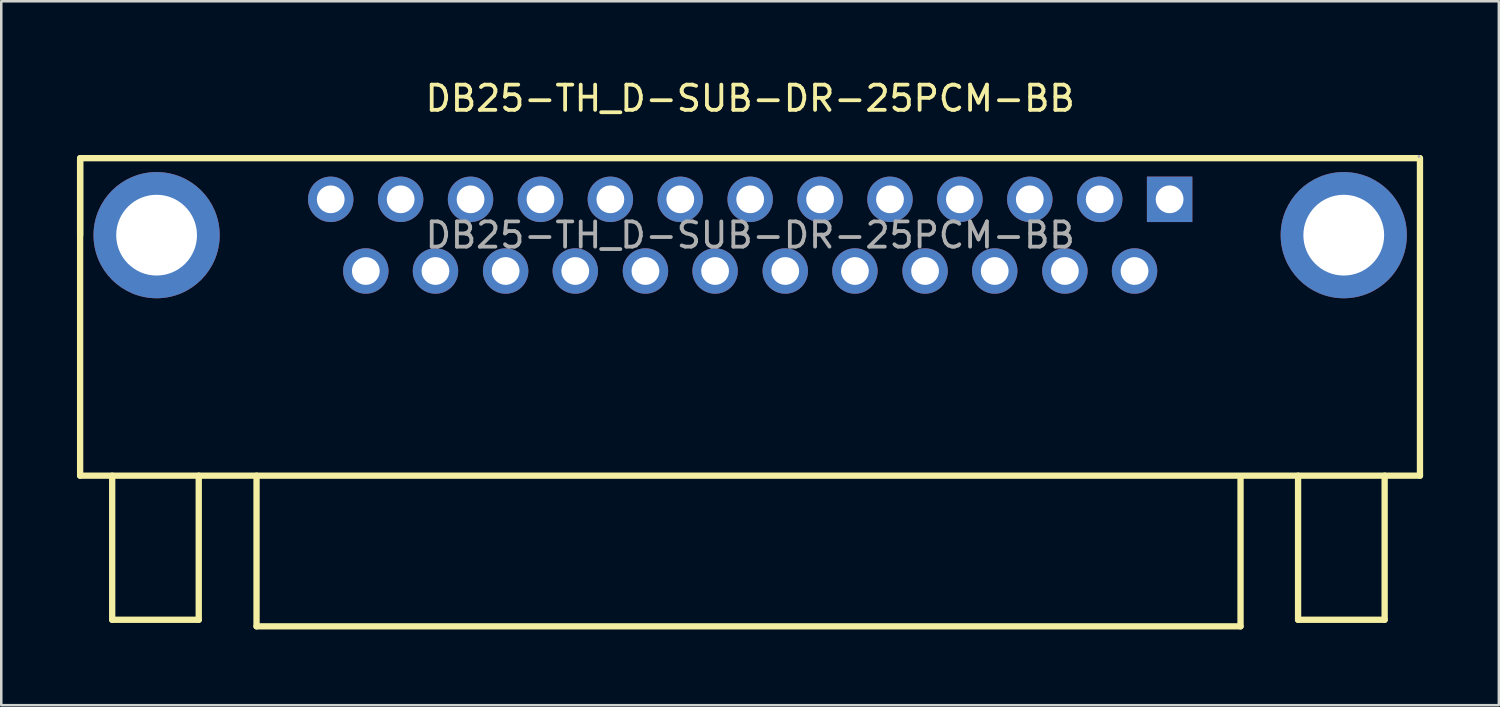
<source format=kicad_pcb>
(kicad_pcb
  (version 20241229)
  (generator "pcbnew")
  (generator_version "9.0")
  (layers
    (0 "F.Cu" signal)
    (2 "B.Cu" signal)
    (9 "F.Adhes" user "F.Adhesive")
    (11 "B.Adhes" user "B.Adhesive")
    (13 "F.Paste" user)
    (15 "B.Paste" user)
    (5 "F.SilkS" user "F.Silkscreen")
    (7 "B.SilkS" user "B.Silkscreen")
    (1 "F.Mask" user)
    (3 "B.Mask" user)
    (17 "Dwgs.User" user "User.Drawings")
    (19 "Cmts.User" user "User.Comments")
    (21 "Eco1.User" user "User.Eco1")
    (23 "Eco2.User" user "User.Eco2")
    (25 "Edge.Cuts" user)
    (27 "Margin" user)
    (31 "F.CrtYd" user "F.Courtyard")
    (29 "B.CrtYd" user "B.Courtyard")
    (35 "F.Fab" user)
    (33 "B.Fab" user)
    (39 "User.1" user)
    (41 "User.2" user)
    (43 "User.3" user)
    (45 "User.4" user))
  (footprint "DB25-TH_D-SUB-DR-25PCM-BB"
    (layer "F.Cu")
    (at 26.675 6.268)
    (property "Reference" "DB25-TH_D-SUB-DR-25PCM-BB" (at 0 -5.42 0) (layer "F.SilkS") (effects (font (size 1 1) (thickness 0.15))))
    (attr through_hole)
    (fp_line (start -26.55 -3.05) (end 26.53 -3.05) (stroke (width 0.25) (type solid)) (layer "F.SilkS"))
    (fp_line (start -26.55 0) (end -26.55 -3.05) (stroke (width 0.25) (type solid)) (layer "F.SilkS"))
    (fp_line (start -26.55 9.53) (end -26.55 -2.92) (stroke (width 0.25) (type solid)) (layer "F.SilkS"))
    (fp_line (start -25.28 9.53) (end -25.28 15.24) (stroke (width 0.25) (type solid)) (layer "F.SilkS"))
    (fp_line (start -25.28 15.24) (end -21.85 15.24) (stroke (width 0.25) (type solid)) (layer "F.SilkS"))
    (fp_line (start -21.85 15.24) (end -21.85 9.53) (stroke (width 0.25) (type solid)) (layer "F.SilkS"))
    (fp_line (start -19.56 9.53) (end -19.56 15.5) (stroke (width 0.25) (type solid)) (layer "F.SilkS"))
    (fp_line (start -19.56 15.5) (end 19.43 15.5) (stroke (width 0.25) (type solid)) (layer "F.SilkS"))
    (fp_line (start 19.43 15.5) (end 19.43 9.66) (stroke (width 0.25) (type solid)) (layer "F.SilkS"))
    (fp_line (start 21.71 15.24) (end 21.71 9.53) (stroke (width 0.25) (type solid)) (layer "F.SilkS"))
    (fp_line (start 25.14 9.53) (end 25.14 15.24) (stroke (width 0.25) (type solid)) (layer "F.SilkS"))
    (fp_line (start 25.14 15.24) (end 21.71 15.24) (stroke (width 0.25) (type solid)) (layer "F.SilkS"))
    (fp_line (start 26.54 -3.05) (end 26.54 9.53) (stroke (width 0.25) (type solid)) (layer "F.SilkS"))
    (fp_line (start 26.54 9.53) (end -26.55 9.53) (stroke (width 0.25) (type solid)) (layer "F.SilkS"))
    (fp_circle (center -16.62 -1.42) (end -16.46 -1.42) (stroke (width 0.32) (type solid)) (fill no) (layer "F.Fab"))
    (fp_circle (center -15.23 1.42) (end -15.07 1.42) (stroke (width 0.32) (type solid)) (fill no) (layer "F.Fab"))
    (fp_circle (center -13.85 -1.42) (end -13.69 -1.42) (stroke (width 0.32) (type solid)) (fill no) (layer "F.Fab"))
    (fp_circle (center -12.47 1.42) (end -12.31 1.42) (stroke (width 0.32) (type solid)) (fill no) (layer "F.Fab"))
    (fp_circle (center -11.08 -1.42) (end -10.92 -1.42) (stroke (width 0.32) (type solid)) (fill no) (layer "F.Fab"))
    (fp_circle (center -9.69 1.42) (end -9.53 1.42) (stroke (width 0.32) (type solid)) (fill no) (layer "F.Fab"))
    (fp_circle (center -8.31 -1.42) (end -8.15 -1.42) (stroke (width 0.32) (type solid)) (fill no) (layer "F.Fab"))
    (fp_circle (center -6.93 1.42) (end -6.77 1.42) (stroke (width 0.32) (type solid)) (fill no) (layer "F.Fab"))
    (fp_circle (center -5.54 -1.42) (end -5.38 -1.42) (stroke (width 0.32) (type solid)) (fill no) (layer "F.Fab"))
    (fp_circle (center -4.15 1.42) (end -3.99 1.42) (stroke (width 0.32) (type solid)) (fill no) (layer "F.Fab"))
    (fp_circle (center -2.77 -1.42) (end -2.61 -1.42) (stroke (width 0.32) (type solid)) (fill no) (layer "F.Fab"))
    (fp_circle (center -1.39 1.42) (end -1.23 1.42) (stroke (width 0.32) (type solid)) (fill no) (layer "F.Fab"))
    (fp_circle (center 0 -1.42) (end 0.16 -1.42) (stroke (width 0.32) (type solid)) (fill no) (layer "F.Fab"))
    (fp_circle (center 1.39 1.42) (end 1.55 1.42) (stroke (width 0.32) (type solid)) (fill no) (layer "F.Fab"))
    (fp_circle (center 2.77 -1.42) (end 2.93 -1.42) (stroke (width 0.32) (type solid)) (fill no) (layer "F.Fab"))
    (fp_circle (center 4.15 1.42) (end 4.31 1.42) (stroke (width 0.32) (type solid)) (fill no) (layer "F.Fab"))
    (fp_circle (center 5.54 -1.42) (end 5.7 -1.42) (stroke (width 0.32) (type solid)) (fill no) (layer "F.Fab"))
    (fp_circle (center 6.93 1.42) (end 7.09 1.42) (stroke (width 0.32) (type solid)) (fill no) (layer "F.Fab"))
    (fp_circle (center 8.31 -1.42) (end 8.47 -1.42) (stroke (width 0.32) (type solid)) (fill no) (layer "F.Fab"))
    (fp_circle (center 9.69 1.42) (end 9.85 1.42) (stroke (width 0.32) (type solid)) (fill no) (layer "F.Fab"))
    (fp_circle (center 11.08 -1.42) (end 11.24 -1.42) (stroke (width 0.32) (type solid)) (fill no) (layer "F.Fab"))
    (fp_circle (center 12.47 1.42) (end 12.63 1.42) (stroke (width 0.32) (type solid)) (fill no) (layer "F.Fab"))
    (fp_circle (center 13.85 -1.42) (end 14.01 -1.42) (stroke (width 0.32) (type solid)) (fill no) (layer "F.Fab"))
    (fp_circle (center 15.23 1.42) (end 15.39 1.42) (stroke (width 0.32) (type solid)) (fill no) (layer "F.Fab"))
    (fp_circle (center 16.62 -1.42) (end 16.78 -1.42) (stroke (width 0.32) (type solid)) (fill no) (layer "F.Fab"))
    (fp_circle (center 26.5 -3.12) (end 26.53 -3.12) (stroke (width 0.06) (type solid)) (fill no) (layer "F.Fab"))
    (fp_text user "${REFERENCE}" (at 0 0 0) (layer "F.Fab") (effects (font (size 1 1) (thickness 0.15))))
    (pad "1" thru_hole rect (at 16.62 -1.42) (size 1.8 1.8) (drill 1.1) (layers "*.Cu" "*.Mask"))
    (pad "2" thru_hole circle (at 13.85 -1.42) (size 1.8 1.8) (drill 1.1) (layers "*.Cu" "*.Mask"))
    (pad "3" thru_hole circle (at 11.08 -1.42) (size 1.8 1.8) (drill 1.1) (layers "*.Cu" "*.Mask"))
    (pad "4" thru_hole circle (at 8.31 -1.42) (size 1.8 1.8) (drill 1.1) (layers "*.Cu" "*.Mask"))
    (pad "5" thru_hole circle (at 5.54 -1.42) (size 1.8 1.8) (drill 1.1) (layers "*.Cu" "*.Mask"))
    (pad "6" thru_hole circle (at 2.77 -1.42) (size 1.8 1.8) (drill 1.1) (layers "*.Cu" "*.Mask"))
    (pad "7" thru_hole circle (at 0 -1.42) (size 1.8 1.8) (drill 1.1) (layers "*.Cu" "*.Mask"))
    (pad "8" thru_hole circle (at -2.77 -1.42) (size 1.8 1.8) (drill 1.1) (layers "*.Cu" "*.Mask"))
    (pad "9" thru_hole circle (at -5.54 -1.42) (size 1.8 1.8) (drill 1.1) (layers "*.Cu" "*.Mask"))
    (pad "10" thru_hole circle (at -8.31 -1.42) (size 1.8 1.8) (drill 1.1) (layers "*.Cu" "*.Mask"))
    (pad "11" thru_hole circle (at -11.08 -1.42) (size 1.8 1.8) (drill 1.1) (layers "*.Cu" "*.Mask"))
    (pad "12" thru_hole circle (at -13.85 -1.42) (size 1.8 1.8) (drill 1.1) (layers "*.Cu" "*.Mask"))
    (pad "13" thru_hole circle (at -16.62 -1.42) (size 1.8 1.8) (drill 1.1) (layers "*.Cu" "*.Mask"))
    (pad "14" thru_hole circle (at 15.23 1.42) (size 1.8 1.8) (drill 1.1) (layers "*.Cu" "*.Mask"))
    (pad "15" thru_hole circle (at 12.47 1.42) (size 1.8 1.8) (drill 1.1) (layers "*.Cu" "*.Mask"))
    (pad "16" thru_hole circle (at 9.69 1.42) (size 1.8 1.8) (drill 1.1) (layers "*.Cu" "*.Mask"))
    (pad "17" thru_hole circle (at 6.93 1.42) (size 1.8 1.8) (drill 1.1) (layers "*.Cu" "*.Mask"))
    (pad "18" thru_hole circle (at 4.15 1.42) (size 1.8 1.8) (drill 1.1) (layers "*.Cu" "*.Mask"))
    (pad "19" thru_hole circle (at 1.39 1.42) (size 1.8 1.8) (drill 1.1) (layers "*.Cu" "*.Mask"))
    (pad "20" thru_hole circle (at -1.39 1.42) (size 1.8 1.8) (drill 1.1) (layers "*.Cu" "*.Mask"))
    (pad "21" thru_hole circle (at -4.15 1.42) (size 1.8 1.8) (drill 1.1) (layers "*.Cu" "*.Mask"))
    (pad "22" thru_hole circle (at -6.93 1.42) (size 1.8 1.8) (drill 1.1) (layers "*.Cu" "*.Mask"))
    (pad "23" thru_hole circle (at -9.69 1.42) (size 1.8 1.8) (drill 1.1) (layers "*.Cu" "*.Mask"))
    (pad "24" thru_hole circle (at -12.47 1.42) (size 1.8 1.8) (drill 1.1) (layers "*.Cu" "*.Mask"))
    (pad "25" thru_hole circle (at -15.23 1.42) (size 1.8 1.8) (drill 1.1) (layers "*.Cu" "*.Mask"))
    (pad "26" thru_hole circle (at 23.52 0) (size 5 5) (drill 3.2) (layers "*.Cu" "*.Mask"))
    (pad "27" thru_hole circle (at -23.52 0) (size 5 5) (drill 3.2) (layers "*.Cu" "*.Mask")))
  (gr_rect
    (start -3 -3)
    (end 56.34 24.893)
    (stroke (width 0.1) (type default))
    (fill no)
    (layer "Edge.Cuts")))
</source>
